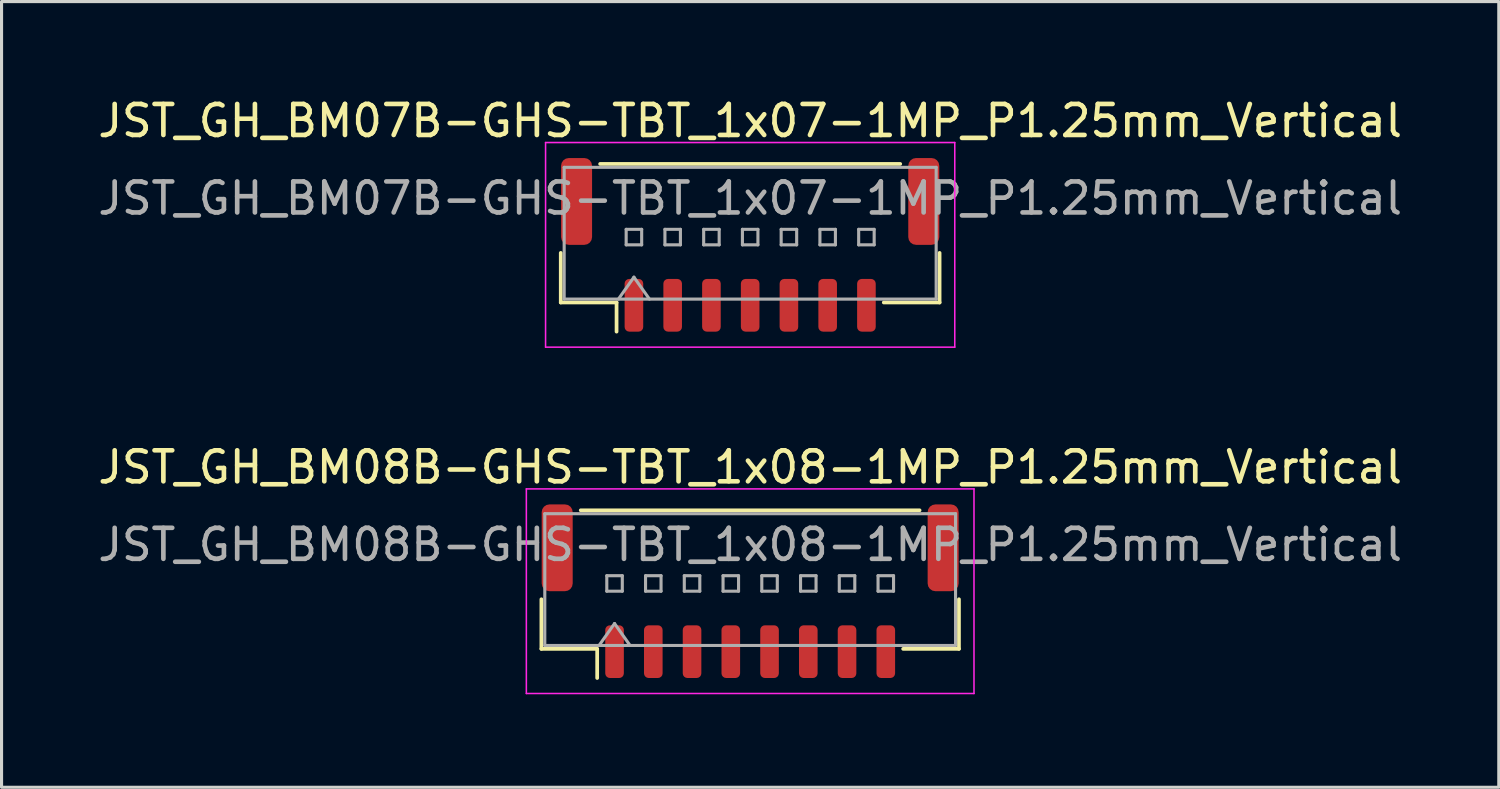
<source format=kicad_pcb>
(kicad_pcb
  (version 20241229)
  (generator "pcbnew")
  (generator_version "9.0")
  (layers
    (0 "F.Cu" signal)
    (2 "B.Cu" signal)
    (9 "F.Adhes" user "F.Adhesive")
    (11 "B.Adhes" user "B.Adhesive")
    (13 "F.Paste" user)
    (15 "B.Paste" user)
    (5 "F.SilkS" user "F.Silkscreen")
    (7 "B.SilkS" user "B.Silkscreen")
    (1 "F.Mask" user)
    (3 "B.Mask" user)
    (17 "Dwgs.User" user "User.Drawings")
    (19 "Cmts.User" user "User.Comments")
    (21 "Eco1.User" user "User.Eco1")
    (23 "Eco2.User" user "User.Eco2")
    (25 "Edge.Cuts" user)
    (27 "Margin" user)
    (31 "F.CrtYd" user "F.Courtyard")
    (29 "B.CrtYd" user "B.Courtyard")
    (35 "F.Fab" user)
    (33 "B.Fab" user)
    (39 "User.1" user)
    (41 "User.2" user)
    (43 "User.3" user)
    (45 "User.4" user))
  (footprint "JST_GH_BM07B-GHS-TBT_1x07-1MP_P1.25mm_Vertical"
    (layer "F.Cu")
    (at 21.149 4.848)
    (property "Reference" "JST_GH_BM07B-GHS-TBT_1x07-1MP_P1.25mm_Vertical" (at 0 -4 0) (layer "F.SilkS") (effects (font (size 1 1) (thickness 0.15))))
    (attr smd)
    (fp_line (start -6.11 0.26) (end -6.11 1.86) (stroke (width 0.12) (type solid)) (layer "F.SilkS"))
    (fp_line (start -6.11 1.86) (end -4.31 1.86) (stroke (width 0.12) (type solid)) (layer "F.SilkS"))
    (fp_line (start -4.84 -2.61) (end 4.84 -2.61) (stroke (width 0.12) (type solid)) (layer "F.SilkS"))
    (fp_line (start -4.31 1.86) (end -4.31 2.8) (stroke (width 0.12) (type solid)) (layer "F.SilkS"))
    (fp_line (start 6.11 0.26) (end 6.11 1.86) (stroke (width 0.12) (type solid)) (layer "F.SilkS"))
    (fp_line (start 6.11 1.86) (end 4.31 1.86) (stroke (width 0.12) (type solid)) (layer "F.SilkS"))
    (fp_line (start -6.6 -3.3) (end -6.6 3.3) (stroke (width 0.05) (type solid)) (layer "F.CrtYd"))
    (fp_line (start -6.6 3.3) (end 6.6 3.3) (stroke (width 0.05) (type solid)) (layer "F.CrtYd"))
    (fp_line (start 6.6 -3.3) (end -6.6 -3.3) (stroke (width 0.05) (type solid)) (layer "F.CrtYd"))
    (fp_line (start 6.6 3.3) (end 6.6 -3.3) (stroke (width 0.05) (type solid)) (layer "F.CrtYd"))
    (fp_line (start -6 -2.5) (end 6 -2.5) (stroke (width 0.1) (type solid)) (layer "F.Fab"))
    (fp_line (start -6 1.75) (end -6 -2.5) (stroke (width 0.1) (type solid)) (layer "F.Fab"))
    (fp_line (start -6 1.75) (end 6 1.75) (stroke (width 0.1) (type solid)) (layer "F.Fab"))
    (fp_line (start -4.25 1.75) (end -3.75 1.043) (stroke (width 0.1) (type solid)) (layer "F.Fab"))
    (fp_line (start -4 -0.5) (end -4 0) (stroke (width 0.1) (type solid)) (layer "F.Fab"))
    (fp_line (start -4 0) (end -3.5 0) (stroke (width 0.1) (type solid)) (layer "F.Fab"))
    (fp_line (start -3.75 1.043) (end -3.25 1.75) (stroke (width 0.1) (type solid)) (layer "F.Fab"))
    (fp_line (start -3.5 -0.5) (end -4 -0.5) (stroke (width 0.1) (type solid)) (layer "F.Fab"))
    (fp_line (start -3.5 0) (end -3.5 -0.5) (stroke (width 0.1) (type solid)) (layer "F.Fab"))
    (fp_line (start -2.75 -0.5) (end -2.75 0) (stroke (width 0.1) (type solid)) (layer "F.Fab"))
    (fp_line (start -2.75 0) (end -2.25 0) (stroke (width 0.1) (type solid)) (layer "F.Fab"))
    (fp_line (start -2.25 -0.5) (end -2.75 -0.5) (stroke (width 0.1) (type solid)) (layer "F.Fab"))
    (fp_line (start -2.25 0) (end -2.25 -0.5) (stroke (width 0.1) (type solid)) (layer "F.Fab"))
    (fp_line (start -1.5 -0.5) (end -1.5 0) (stroke (width 0.1) (type solid)) (layer "F.Fab"))
    (fp_line (start -1.5 0) (end -1 0) (stroke (width 0.1) (type solid)) (layer "F.Fab"))
    (fp_line (start -1 -0.5) (end -1.5 -0.5) (stroke (width 0.1) (type solid)) (layer "F.Fab"))
    (fp_line (start -1 0) (end -1 -0.5) (stroke (width 0.1) (type solid)) (layer "F.Fab"))
    (fp_line (start -0.25 -0.5) (end -0.25 0) (stroke (width 0.1) (type solid)) (layer "F.Fab"))
    (fp_line (start -0.25 0) (end 0.25 0) (stroke (width 0.1) (type solid)) (layer "F.Fab"))
    (fp_line (start 0.25 -0.5) (end -0.25 -0.5) (stroke (width 0.1) (type solid)) (layer "F.Fab"))
    (fp_line (start 0.25 0) (end 0.25 -0.5) (stroke (width 0.1) (type solid)) (layer "F.Fab"))
    (fp_line (start 1 -0.5) (end 1 0) (stroke (width 0.1) (type solid)) (layer "F.Fab"))
    (fp_line (start 1 0) (end 1.5 0) (stroke (width 0.1) (type solid)) (layer "F.Fab"))
    (fp_line (start 1.5 -0.5) (end 1 -0.5) (stroke (width 0.1) (type solid)) (layer "F.Fab"))
    (fp_line (start 1.5 0) (end 1.5 -0.5) (stroke (width 0.1) (type solid)) (layer "F.Fab"))
    (fp_line (start 2.25 -0.5) (end 2.25 0) (stroke (width 0.1) (type solid)) (layer "F.Fab"))
    (fp_line (start 2.25 0) (end 2.75 0) (stroke (width 0.1) (type solid)) (layer "F.Fab"))
    (fp_line (start 2.75 -0.5) (end 2.25 -0.5) (stroke (width 0.1) (type solid)) (layer "F.Fab"))
    (fp_line (start 2.75 0) (end 2.75 -0.5) (stroke (width 0.1) (type solid)) (layer "F.Fab"))
    (fp_line (start 3.5 -0.5) (end 3.5 0) (stroke (width 0.1) (type solid)) (layer "F.Fab"))
    (fp_line (start 3.5 0) (end 4 0) (stroke (width 0.1) (type solid)) (layer "F.Fab"))
    (fp_line (start 4 -0.5) (end 3.5 -0.5) (stroke (width 0.1) (type solid)) (layer "F.Fab"))
    (fp_line (start 4 0) (end 4 -0.5) (stroke (width 0.1) (type solid)) (layer "F.Fab"))
    (fp_line (start 6 1.75) (end 6 -2.5) (stroke (width 0.1) (type solid)) (layer "F.Fab"))
    (fp_text user "${REFERENCE}" (at 0 -1.5 0) (layer "F.Fab") (effects (font (size 1 1) (thickness 0.15))))
    (pad "1" smd roundrect (at -3.75 1.95) (size 0.6 1.7) (layers "F.Cu" "F.Mask" "F.Paste") (roundrect_rratio 0.25))
    (pad "2" smd roundrect (at -2.5 1.95) (size 0.6 1.7) (layers "F.Cu" "F.Mask" "F.Paste") (roundrect_rratio 0.25))
    (pad "3" smd roundrect (at -1.25 1.95) (size 0.6 1.7) (layers "F.Cu" "F.Mask" "F.Paste") (roundrect_rratio 0.25))
    (pad "4" smd roundrect (at 0 1.95) (size 0.6 1.7) (layers "F.Cu" "F.Mask" "F.Paste") (roundrect_rratio 0.25))
    (pad "5" smd roundrect (at 1.25 1.95) (size 0.6 1.7) (layers "F.Cu" "F.Mask" "F.Paste") (roundrect_rratio 0.25))
    (pad "6" smd roundrect (at 2.5 1.95) (size 0.6 1.7) (layers "F.Cu" "F.Mask" "F.Paste") (roundrect_rratio 0.25))
    (pad "7" smd roundrect (at 3.75 1.95) (size 0.6 1.7) (layers "F.Cu" "F.Mask" "F.Paste") (roundrect_rratio 0.25))
    (pad "MP" smd roundrect (at -5.6 -1.4) (size 1 2.8) (layers "F.Cu" "F.Mask" "F.Paste") (roundrect_rratio 0.25))
    (pad "MP" smd roundrect (at 5.6 -1.4) (size 1 2.8) (layers "F.Cu" "F.Mask" "F.Paste") (roundrect_rratio 0.25)))
  (footprint "JST_GH_BM08B-GHS-TBT_1x08-1MP_P1.25mm_Vertical"
    (layer "F.Cu")
    (at 21.149 16.021)
    (property "Reference" "JST_GH_BM08B-GHS-TBT_1x08-1MP_P1.25mm_Vertical" (at 0 -4 0) (layer "F.SilkS") (effects (font (size 1 1) (thickness 0.15))))
    (attr smd)
    (fp_line (start -6.735 0.26) (end -6.735 1.86) (stroke (width 0.12) (type solid)) (layer "F.SilkS"))
    (fp_line (start -6.735 1.86) (end -4.935 1.86) (stroke (width 0.12) (type solid)) (layer "F.SilkS"))
    (fp_line (start -5.465 -2.61) (end 5.465 -2.61) (stroke (width 0.12) (type solid)) (layer "F.SilkS"))
    (fp_line (start -4.935 1.86) (end -4.935 2.8) (stroke (width 0.12) (type solid)) (layer "F.SilkS"))
    (fp_line (start 6.735 0.26) (end 6.735 1.86) (stroke (width 0.12) (type solid)) (layer "F.SilkS"))
    (fp_line (start 6.735 1.86) (end 4.935 1.86) (stroke (width 0.12) (type solid)) (layer "F.SilkS"))
    (fp_line (start -7.22 -3.3) (end -7.22 3.3) (stroke (width 0.05) (type solid)) (layer "F.CrtYd"))
    (fp_line (start -7.22 3.3) (end 7.22 3.3) (stroke (width 0.05) (type solid)) (layer "F.CrtYd"))
    (fp_line (start 7.22 -3.3) (end -7.22 -3.3) (stroke (width 0.05) (type solid)) (layer "F.CrtYd"))
    (fp_line (start 7.22 3.3) (end 7.22 -3.3) (stroke (width 0.05) (type solid)) (layer "F.CrtYd"))
    (fp_line (start -6.625 -2.5) (end 6.625 -2.5) (stroke (width 0.1) (type solid)) (layer "F.Fab"))
    (fp_line (start -6.625 1.75) (end -6.625 -2.5) (stroke (width 0.1) (type solid)) (layer "F.Fab"))
    (fp_line (start -6.625 1.75) (end 6.625 1.75) (stroke (width 0.1) (type solid)) (layer "F.Fab"))
    (fp_line (start -4.875 1.75) (end -4.375 1.043) (stroke (width 0.1) (type solid)) (layer "F.Fab"))
    (fp_line (start -4.625 -0.5) (end -4.625 0) (stroke (width 0.1) (type solid)) (layer "F.Fab"))
    (fp_line (start -4.625 0) (end -4.125 0) (stroke (width 0.1) (type solid)) (layer "F.Fab"))
    (fp_line (start -4.375 1.043) (end -3.875 1.75) (stroke (width 0.1) (type solid)) (layer "F.Fab"))
    (fp_line (start -4.125 -0.5) (end -4.625 -0.5) (stroke (width 0.1) (type solid)) (layer "F.Fab"))
    (fp_line (start -4.125 0) (end -4.125 -0.5) (stroke (width 0.1) (type solid)) (layer "F.Fab"))
    (fp_line (start -3.375 -0.5) (end -3.375 0) (stroke (width 0.1) (type solid)) (layer "F.Fab"))
    (fp_line (start -3.375 0) (end -2.875 0) (stroke (width 0.1) (type solid)) (layer "F.Fab"))
    (fp_line (start -2.875 -0.5) (end -3.375 -0.5) (stroke (width 0.1) (type solid)) (layer "F.Fab"))
    (fp_line (start -2.875 0) (end -2.875 -0.5) (stroke (width 0.1) (type solid)) (layer "F.Fab"))
    (fp_line (start -2.125 -0.5) (end -2.125 0) (stroke (width 0.1) (type solid)) (layer "F.Fab"))
    (fp_line (start -2.125 0) (end -1.625 0) (stroke (width 0.1) (type solid)) (layer "F.Fab"))
    (fp_line (start -1.625 -0.5) (end -2.125 -0.5) (stroke (width 0.1) (type solid)) (layer "F.Fab"))
    (fp_line (start -1.625 0) (end -1.625 -0.5) (stroke (width 0.1) (type solid)) (layer "F.Fab"))
    (fp_line (start -0.875 -0.5) (end -0.875 0) (stroke (width 0.1) (type solid)) (layer "F.Fab"))
    (fp_line (start -0.875 0) (end -0.375 0) (stroke (width 0.1) (type solid)) (layer "F.Fab"))
    (fp_line (start -0.375 -0.5) (end -0.875 -0.5) (stroke (width 0.1) (type solid)) (layer "F.Fab"))
    (fp_line (start -0.375 0) (end -0.375 -0.5) (stroke (width 0.1) (type solid)) (layer "F.Fab"))
    (fp_line (start 0.375 -0.5) (end 0.375 0) (stroke (width 0.1) (type solid)) (layer "F.Fab"))
    (fp_line (start 0.375 0) (end 0.875 0) (stroke (width 0.1) (type solid)) (layer "F.Fab"))
    (fp_line (start 0.875 -0.5) (end 0.375 -0.5) (stroke (width 0.1) (type solid)) (layer "F.Fab"))
    (fp_line (start 0.875 0) (end 0.875 -0.5) (stroke (width 0.1) (type solid)) (layer "F.Fab"))
    (fp_line (start 1.625 -0.5) (end 1.625 0) (stroke (width 0.1) (type solid)) (layer "F.Fab"))
    (fp_line (start 1.625 0) (end 2.125 0) (stroke (width 0.1) (type solid)) (layer "F.Fab"))
    (fp_line (start 2.125 -0.5) (end 1.625 -0.5) (stroke (width 0.1) (type solid)) (layer "F.Fab"))
    (fp_line (start 2.125 0) (end 2.125 -0.5) (stroke (width 0.1) (type solid)) (layer "F.Fab"))
    (fp_line (start 2.875 -0.5) (end 2.875 0) (stroke (width 0.1) (type solid)) (layer "F.Fab"))
    (fp_line (start 2.875 0) (end 3.375 0) (stroke (width 0.1) (type solid)) (layer "F.Fab"))
    (fp_line (start 3.375 -0.5) (end 2.875 -0.5) (stroke (width 0.1) (type solid)) (layer "F.Fab"))
    (fp_line (start 3.375 0) (end 3.375 -0.5) (stroke (width 0.1) (type solid)) (layer "F.Fab"))
    (fp_line (start 4.125 -0.5) (end 4.125 0) (stroke (width 0.1) (type solid)) (layer "F.Fab"))
    (fp_line (start 4.125 0) (end 4.625 0) (stroke (width 0.1) (type solid)) (layer "F.Fab"))
    (fp_line (start 4.625 -0.5) (end 4.125 -0.5) (stroke (width 0.1) (type solid)) (layer "F.Fab"))
    (fp_line (start 4.625 0) (end 4.625 -0.5) (stroke (width 0.1) (type solid)) (layer "F.Fab"))
    (fp_line (start 6.625 1.75) (end 6.625 -2.5) (stroke (width 0.1) (type solid)) (layer "F.Fab"))
    (fp_text user "${REFERENCE}" (at 0 -1.5 0) (layer "F.Fab") (effects (font (size 1 1) (thickness 0.15))))
    (pad "1" smd roundrect (at -4.375 1.95) (size 0.6 1.7) (layers "F.Cu" "F.Mask" "F.Paste") (roundrect_rratio 0.25))
    (pad "2" smd roundrect (at -3.125 1.95) (size 0.6 1.7) (layers "F.Cu" "F.Mask" "F.Paste") (roundrect_rratio 0.25))
    (pad "3" smd roundrect (at -1.875 1.95) (size 0.6 1.7) (layers "F.Cu" "F.Mask" "F.Paste") (roundrect_rratio 0.25))
    (pad "4" smd roundrect (at -0.625 1.95) (size 0.6 1.7) (layers "F.Cu" "F.Mask" "F.Paste") (roundrect_rratio 0.25))
    (pad "5" smd roundrect (at 0.625 1.95) (size 0.6 1.7) (layers "F.Cu" "F.Mask" "F.Paste") (roundrect_rratio 0.25))
    (pad "6" smd roundrect (at 1.875 1.95) (size 0.6 1.7) (layers "F.Cu" "F.Mask" "F.Paste") (roundrect_rratio 0.25))
    (pad "7" smd roundrect (at 3.125 1.95) (size 0.6 1.7) (layers "F.Cu" "F.Mask" "F.Paste") (roundrect_rratio 0.25))
    (pad "8" smd roundrect (at 4.375 1.95) (size 0.6 1.7) (layers "F.Cu" "F.Mask" "F.Paste") (roundrect_rratio 0.25))
    (pad "MP" smd roundrect (at -6.225 -1.4) (size 1 2.8) (layers "F.Cu" "F.Mask" "F.Paste") (roundrect_rratio 0.25))
    (pad "MP" smd roundrect (at 6.225 -1.4) (size 1 2.8) (layers "F.Cu" "F.Mask" "F.Paste") (roundrect_rratio 0.25)))
  (gr_rect
    (start -3 -3)
    (end 45.298 22.346)
    (stroke (width 0.1) (type default))
    (fill no)
    (layer "Edge.Cuts")))
</source>
